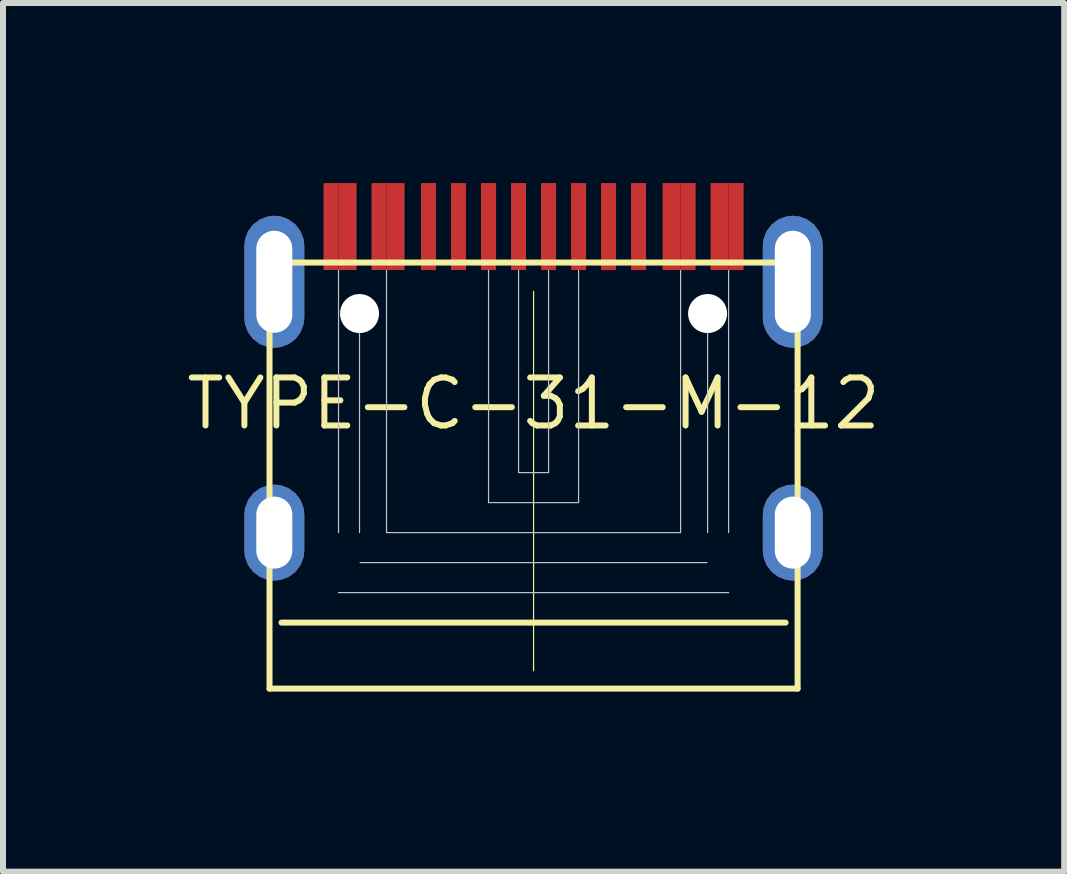
<source format=kicad_pcb>
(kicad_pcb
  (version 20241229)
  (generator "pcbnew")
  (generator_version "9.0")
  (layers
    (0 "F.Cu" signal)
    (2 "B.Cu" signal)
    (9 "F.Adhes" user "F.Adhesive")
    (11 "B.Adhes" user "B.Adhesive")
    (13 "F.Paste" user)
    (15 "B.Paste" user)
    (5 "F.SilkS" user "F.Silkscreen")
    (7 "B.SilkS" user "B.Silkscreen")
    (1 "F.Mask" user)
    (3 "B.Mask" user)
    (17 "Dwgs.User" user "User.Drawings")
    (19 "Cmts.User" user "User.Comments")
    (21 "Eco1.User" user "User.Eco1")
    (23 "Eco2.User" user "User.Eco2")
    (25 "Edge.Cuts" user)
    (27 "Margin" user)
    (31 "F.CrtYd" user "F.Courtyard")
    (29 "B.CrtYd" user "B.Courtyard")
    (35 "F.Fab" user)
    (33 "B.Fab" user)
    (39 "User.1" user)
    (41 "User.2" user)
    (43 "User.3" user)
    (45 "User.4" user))
  (footprint "TYPE-C-31-M-12"
    (layer "F.Cu")
    (at 5.841 5.825)
    (property "Reference" "TYPE-C-31-M-12" (at 0 -2.15 180) (layer "F.SilkS") (effects (font (size 0.8 0.8) (thickness 0.1))))
    (attr smd)
    (fp_line (start -4.4 -4.5) (end -4.4 2.6) (stroke (width 0.1) (type solid)) (layer "F.SilkS"))
    (fp_line (start -4.4 -4.5) (end 4.4 -4.5) (stroke (width 0.1) (type solid)) (layer "F.SilkS"))
    (fp_line (start 0 -4.02) (end 0 2.3) (stroke (width 0.02) (type solid)) (layer "F.SilkS"))
    (fp_line (start 4.2 1.5) (end -4.2 1.5) (stroke (width 0.1) (type solid)) (layer "F.SilkS"))
    (fp_line (start 4.4 -4.5) (end 4.4 2.6) (stroke (width 0.1) (type solid)) (layer "F.SilkS"))
    (fp_line (start 4.4 2.6) (end -4.4 2.6) (stroke (width 0.1) (type solid)) (layer "F.SilkS"))
    (fp_line (start -3.25 -4.37) (end -3.25 0) (stroke (width 0.02) (type solid)) (layer "Dwgs.User"))
    (fp_line (start -3.25 1) (end 3.25 1) (stroke (width 0.02) (type solid)) (layer "Dwgs.User"))
    (fp_line (start -2.9 -3.65) (end -2.9 0) (stroke (width 0.02) (type solid)) (layer "Dwgs.User"))
    (fp_line (start -2.89 0.5) (end 2.89 0.5) (stroke (width 0.02) (type solid)) (layer "Dwgs.User"))
    (fp_line (start -2.45 -4.37) (end -2.45 0) (stroke (width 0.02) (type solid)) (layer "Dwgs.User"))
    (fp_line (start -2.45 0) (end 2.45 0) (stroke (width 0.02) (type solid)) (layer "Dwgs.User"))
    (fp_line (start -0.75 -4.37) (end -0.75 -0.5) (stroke (width 0.02) (type solid)) (layer "Dwgs.User"))
    (fp_line (start -0.75 -0.5) (end 0.75 -0.5) (stroke (width 0.02) (type solid)) (layer "Dwgs.User"))
    (fp_line (start -0.25 -4.37) (end -0.25 -1) (stroke (width 0.02) (type solid)) (layer "Dwgs.User"))
    (fp_line (start -0.25 -1) (end 0.25 -1) (stroke (width 0.02) (type solid)) (layer "Dwgs.User"))
    (fp_line (start 0.25 -4.37) (end 0.25 -1) (stroke (width 0.02) (type solid)) (layer "Dwgs.User"))
    (fp_line (start 0.75 -4.37) (end 0.75 -0.5) (stroke (width 0.02) (type solid)) (layer "Dwgs.User"))
    (fp_line (start 2.45 -4.37) (end 2.45 0) (stroke (width 0.02) (type solid)) (layer "Dwgs.User"))
    (fp_line (start 2.9 -3.65) (end 2.9 0) (stroke (width 0.02) (type solid)) (layer "Dwgs.User"))
    (fp_line (start 3.25 -4.37) (end 3.25 0) (stroke (width 0.02) (type solid)) (layer "Dwgs.User"))
    (pad "" np_thru_hole circle (at -2.9 -3.65) (size 0.65 0.65) (drill 0.65) (layers "*.Cu" "*.Mask"))
    (pad "" np_thru_hole circle (at 2.9 -3.65) (size 0.65 0.65) (drill 0.65) (layers "*.Cu" "*.Mask"))
    (pad "A1" smd rect (at -3.375 -5.1) (size 0.25 1.45) (layers "F.Cu" "F.Mask" "F.Paste"))
    (pad "A4" smd rect (at -2.575 -5.1) (size 0.25 1.45) (layers "F.Cu" "F.Mask" "F.Paste"))
    (pad "A5" smd rect (at -1.25 -5.1) (size 0.25 1.45) (layers "F.Cu" "F.Mask" "F.Paste"))
    (pad "A6" smd rect (at -0.25 -5.1) (size 0.25 1.45) (layers "F.Cu" "F.Mask" "F.Paste"))
    (pad "A7" smd rect (at 0.25 -5.1) (size 0.25 1.45) (layers "F.Cu" "F.Mask" "F.Paste"))
    (pad "A8" smd rect (at 1.25 -5.1) (size 0.25 1.45) (layers "F.Cu" "F.Mask" "F.Paste"))
    (pad "A9" smd rect (at 2.575 -5.1) (size 0.25 1.45) (layers "F.Cu" "F.Mask" "F.Paste"))
    (pad "A12" smd rect (at 3.375 -5.1) (size 0.25 1.45) (layers "F.Cu" "F.Mask" "F.Paste"))
    (pad "B1" smd rect (at 3.1 -5.1) (size 0.3 1.45) (layers "F.Cu" "F.Mask" "F.Paste"))
    (pad "B4" smd rect (at 2.3 -5.1) (size 0.3 1.45) (layers "F.Cu" "F.Mask" "F.Paste"))
    (pad "B5" smd rect (at 1.75 -5.1) (size 0.25 1.45) (layers "F.Cu" "F.Mask" "F.Paste"))
    (pad "B6" smd rect (at 0.75 -5.1) (size 0.25 1.45) (layers "F.Cu" "F.Mask" "F.Paste"))
    (pad "B7" smd rect (at -0.75 -5.1) (size 0.25 1.45) (layers "F.Cu" "F.Mask" "F.Paste"))
    (pad "B8" smd rect (at -1.75 -5.1) (size 0.25 1.45) (layers "F.Cu" "F.Mask" "F.Paste"))
    (pad "B9" smd rect (at -2.3 -5.1) (size 0.3 1.45) (layers "F.Cu" "F.Mask" "F.Paste"))
    (pad "B12" smd rect (at -3.1 -5.1) (size 0.3 1.45) (layers "F.Cu" "F.Mask" "F.Paste"))
    (pad "S1" thru_hole roundrect (at -4.32 -4.18) (size 1 2.2) (drill oval 0.6 1.7) (layers "*.Cu" "*.Mask") (roundrect_rratio 0.5))
    (pad "S1" thru_hole roundrect (at -4.32 0) (size 1 1.6) (drill oval 0.6 1.2) (layers "*.Cu" "*.Mask") (roundrect_rratio 0.5))
    (pad "S1" thru_hole roundrect (at 4.32 -4.18) (size 1 2.2) (drill oval 0.6 1.7) (layers "*.Cu" "*.Mask") (roundrect_rratio 0.5))
    (pad "S1" thru_hole roundrect (at 4.32 0) (size 1 1.6) (drill oval 0.6 1.2) (layers "*.Cu" "*.Mask") (roundrect_rratio 0.5)))
  (gr_rect
    (start -3 -3)
    (end 14.683 11.475)
    (stroke (width 0.1) (type default))
    (fill no)
    (layer "Edge.Cuts")))
</source>
